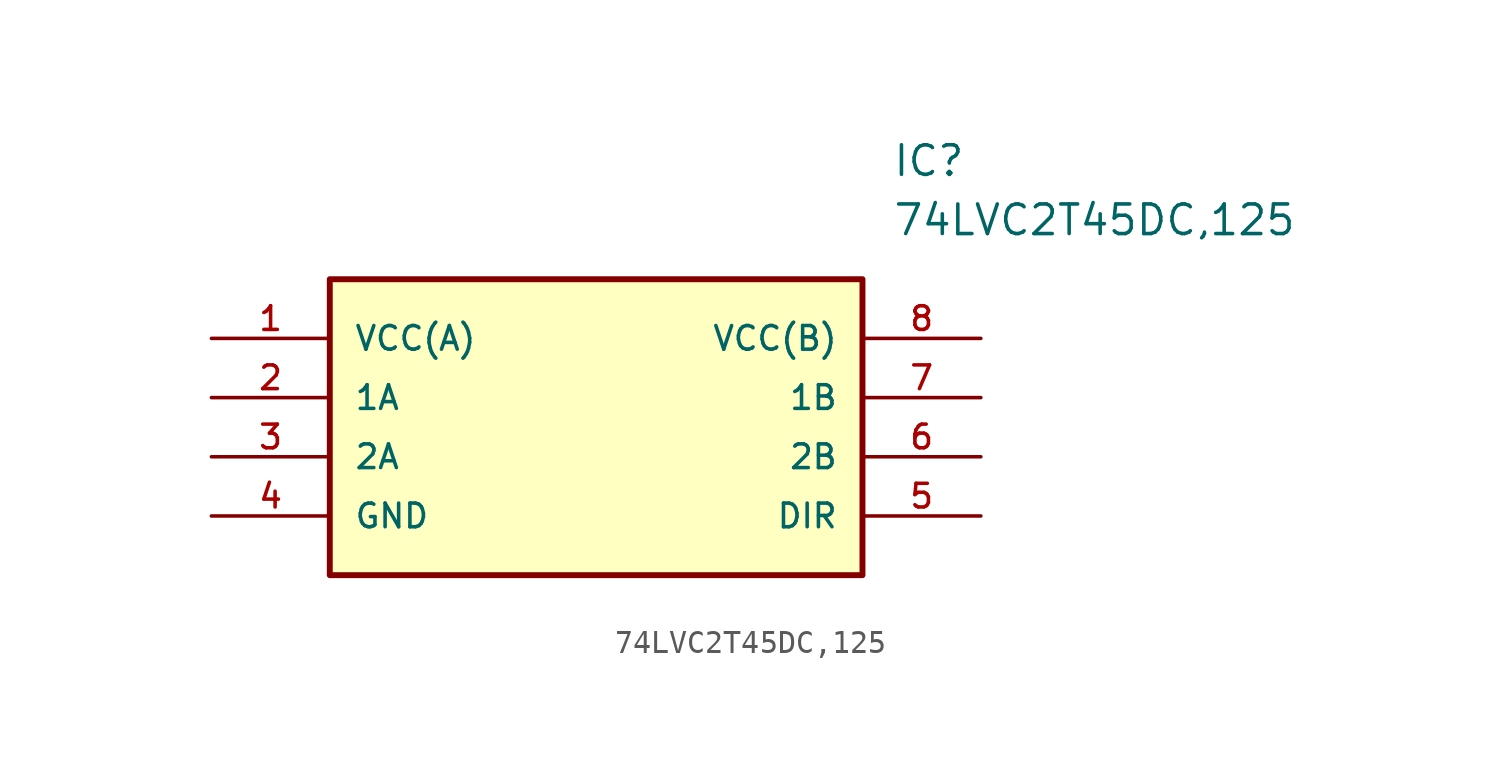
<source format=kicad_sym>
(kicad_symbol_lib
  (version 20211014)
  (generator kicad_symbol_editor)
  (symbol "74LVC2T45DC,125"
    (pin_names
      (offset 1.016))
    (property "Reference" "IC"
      (at 29.21 7.62 0)
      (effects (font (size 1.27 1.27)) (justify left)))
    (property "Value" "74LVC2T45DC,125"
      (at 29.21 5.08 0)
      (effects (font (size 1.27 1.27)) (justify left)))
    (symbol "74LVC2T45DC,125_0_0"
      (rectangle (start 5.08 -10.16) (end 27.94 2.54) (stroke (width 0.254)) (fill (type background)))
      (pin bidirectional line (at 0.0 0.0 0) (length 5.08) (name "VCC(A)" (effects (font (size 1.016 1.016)))) (number "1" (effects (font (size 1.016 1.016)))))
      (pin bidirectional line (at 0.0 -2.54 0) (length 5.08) (name "1A" (effects (font (size 1.016 1.016)))) (number "2" (effects (font (size 1.016 1.016)))))
      (pin bidirectional line (at 0.0 -5.08 0) (length 5.08) (name "2A" (effects (font (size 1.016 1.016)))) (number "3" (effects (font (size 1.016 1.016)))))
      (pin bidirectional line (at 0.0 -7.62 0) (length 5.08) (name "GND" (effects (font (size 1.016 1.016)))) (number "4" (effects (font (size 1.016 1.016)))))
      (pin bidirectional line (at 33.02 0.0 180.0) (length 5.08) (name "VCC(B)" (effects (font (size 1.016 1.016)))) (number "8" (effects (font (size 1.016 1.016)))))
      (pin bidirectional line (at 33.02 -2.54 180.0) (length 5.08) (name "1B" (effects (font (size 1.016 1.016)))) (number "7" (effects (font (size 1.016 1.016)))))
      (pin bidirectional line (at 33.02 -5.08 180.0) (length 5.08) (name "2B" (effects (font (size 1.016 1.016)))) (number "6" (effects (font (size 1.016 1.016)))))
      (pin bidirectional line (at 33.02 -7.62 180.0) (length 5.08) (name "DIR" (effects (font (size 1.016 1.016)))) (number "5" (effects (font (size 1.016 1.016))))))))
</source>
